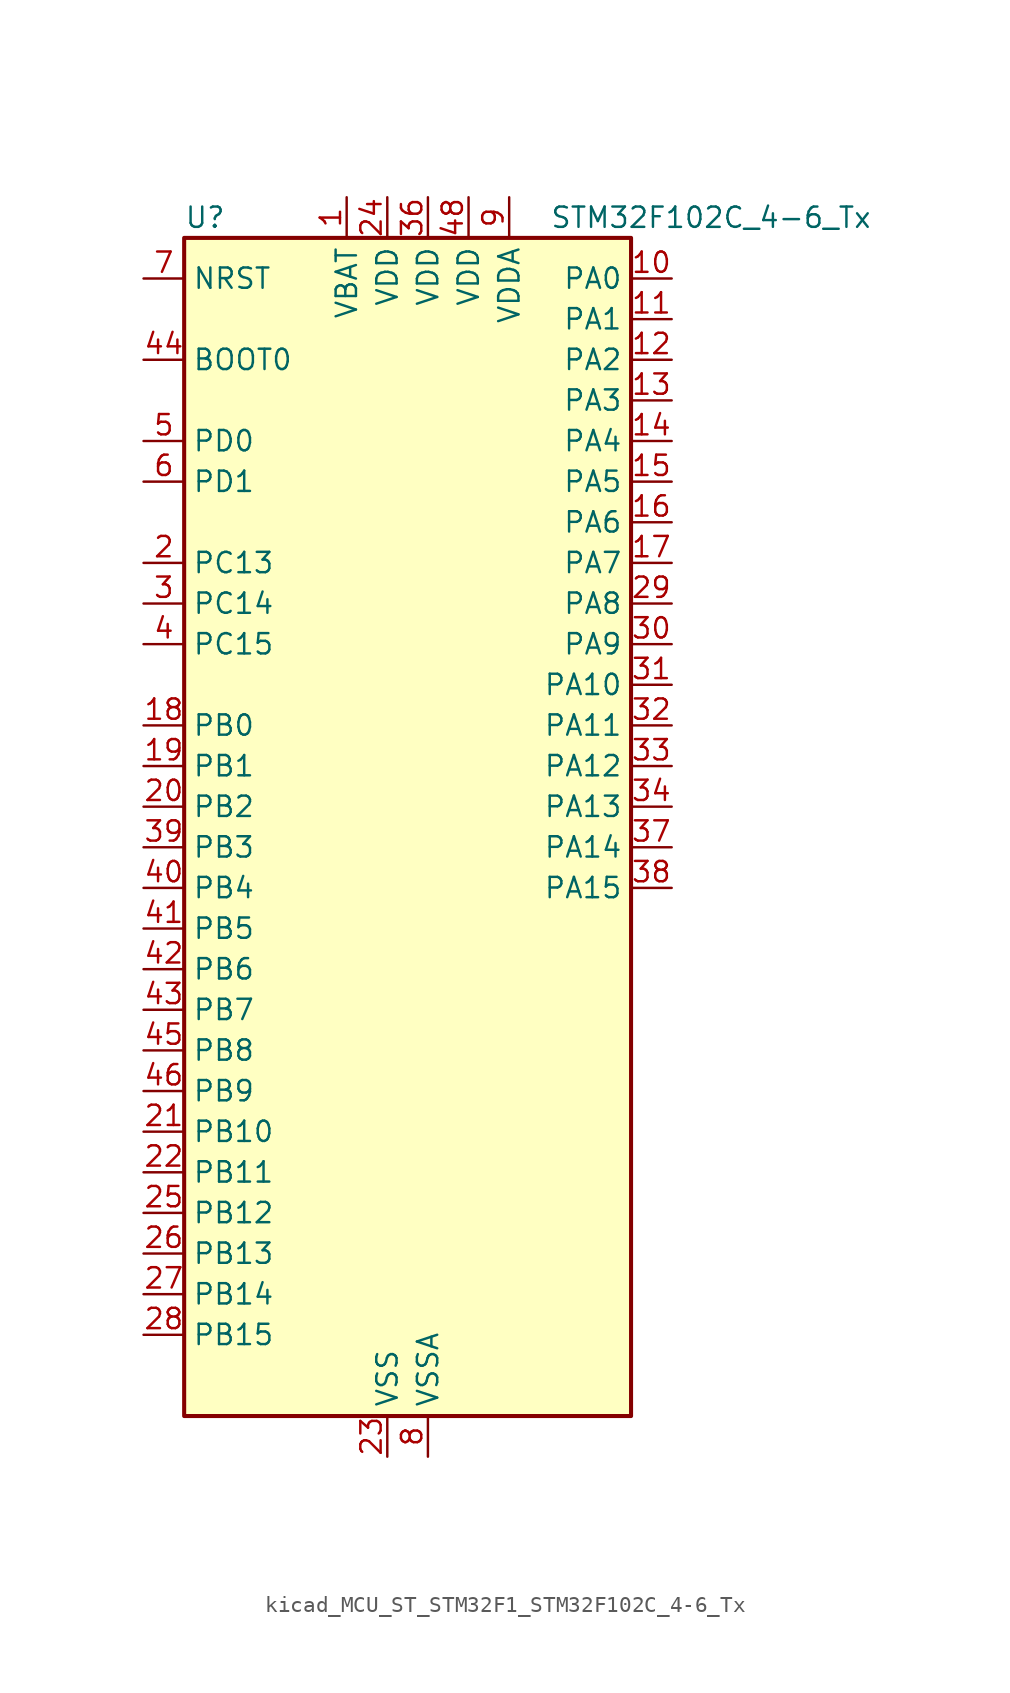
<source format=kicad_sym>
(kicad_symbol_lib
  (version 20220914)
  (generator kicad_symbol_editor)
  (symbol "kicad_MCU_ST_STM32F1_STM32F102C_4-6_Tx"
    (property "Reference" "U"
      (at -12.7 39.37 0)
      (effects (font (size 1.27 1.27)) (justify left)))
    (property "Value" "STM32F102C_4-6_Tx"
      (at 10.16 39.37 0)
      (effects (font (size 1.27 1.27)) (justify left)))
    (property "ki_locked" ""
      (at 0 0 0)
      (effects (font (size 1.27 1.27))))
    (symbol "kicad_MCU_ST_STM32F1_STM32F102C_4-6_Tx_0_1"
      (rectangle (start -12.7 -35.56) (end 15.24 38.1) (stroke (width 0.254) (type default)) (fill (type background))))
    (symbol "kicad_MCU_ST_STM32F1_STM32F102C_4-6_Tx_1_1"
      (pin power_in line (at -2.54 40.64 270) (length 2.54) (name "VBAT" (effects (font (size 1.27 1.27)))) (number "1" (effects (font (size 1.27 1.27)))))
      (pin bidirectional line (at 17.78 35.56 180) (length 2.54) (name "PA0" (effects (font (size 1.27 1.27)))) (number "10" (effects (font (size 1.27 1.27)))) (alternate "ADC1_IN0" bidirectional line) (alternate "SYS_WKUP" bidirectional line) (alternate "TIM2_CH1" bidirectional line) (alternate "TIM2_ETR" bidirectional line) (alternate "USART2_CTS" bidirectional line))
      (pin bidirectional line (at 17.78 33.02 180) (length 2.54) (name "PA1" (effects (font (size 1.27 1.27)))) (number "11" (effects (font (size 1.27 1.27)))) (alternate "ADC1_IN1" bidirectional line) (alternate "TIM2_CH2" bidirectional line) (alternate "USART2_RTS" bidirectional line))
      (pin bidirectional line (at 17.78 30.48 180) (length 2.54) (name "PA2" (effects (font (size 1.27 1.27)))) (number "12" (effects (font (size 1.27 1.27)))) (alternate "ADC1_IN2" bidirectional line) (alternate "TIM2_CH3" bidirectional line) (alternate "USART2_TX" bidirectional line))
      (pin bidirectional line (at 17.78 27.94 180) (length 2.54) (name "PA3" (effects (font (size 1.27 1.27)))) (number "13" (effects (font (size 1.27 1.27)))) (alternate "ADC1_IN3" bidirectional line) (alternate "TIM2_CH4" bidirectional line) (alternate "USART2_RX" bidirectional line))
      (pin bidirectional line (at 17.78 25.4 180) (length 2.54) (name "PA4" (effects (font (size 1.27 1.27)))) (number "14" (effects (font (size 1.27 1.27)))) (alternate "ADC1_IN4" bidirectional line) (alternate "SPI1_NSS" bidirectional line) (alternate "USART2_CK" bidirectional line))
      (pin bidirectional line (at 17.78 22.86 180) (length 2.54) (name "PA5" (effects (font (size 1.27 1.27)))) (number "15" (effects (font (size 1.27 1.27)))) (alternate "ADC1_IN5" bidirectional line) (alternate "SPI1_SCK" bidirectional line))
      (pin bidirectional line (at 17.78 20.32 180) (length 2.54) (name "PA6" (effects (font (size 1.27 1.27)))) (number "16" (effects (font (size 1.27 1.27)))) (alternate "ADC1_IN6" bidirectional line) (alternate "SPI1_MISO" bidirectional line) (alternate "TIM3_CH1" bidirectional line))
      (pin bidirectional line (at 17.78 17.78 180) (length 2.54) (name "PA7" (effects (font (size 1.27 1.27)))) (number "17" (effects (font (size 1.27 1.27)))) (alternate "ADC1_IN7" bidirectional line) (alternate "SPI1_MOSI" bidirectional line) (alternate "TIM3_CH2" bidirectional line))
      (pin bidirectional line (at -15.24 7.62 0) (length 2.54) (name "PB0" (effects (font (size 1.27 1.27)))) (number "18" (effects (font (size 1.27 1.27)))) (alternate "ADC1_IN8" bidirectional line) (alternate "TIM3_CH3" bidirectional line))
      (pin bidirectional line (at -15.24 5.08 0) (length 2.54) (name "PB1" (effects (font (size 1.27 1.27)))) (number "19" (effects (font (size 1.27 1.27)))) (alternate "ADC1_IN9" bidirectional line) (alternate "TIM3_CH4" bidirectional line))
      (pin bidirectional line (at -15.24 17.78 0) (length 2.54) (name "PC13" (effects (font (size 1.27 1.27)))) (number "2" (effects (font (size 1.27 1.27)))) (alternate "RTC_OUT" bidirectional line) (alternate "RTC_TAMPER" bidirectional line))
      (pin bidirectional line (at -15.24 2.54 0) (length 2.54) (name "PB2" (effects (font (size 1.27 1.27)))) (number "20" (effects (font (size 1.27 1.27)))))
      (pin bidirectional line (at -15.24 -17.78 0) (length 2.54) (name "PB10" (effects (font (size 1.27 1.27)))) (number "21" (effects (font (size 1.27 1.27)))) (alternate "TIM2_CH3" bidirectional line))
      (pin bidirectional line (at -15.24 -20.32 0) (length 2.54) (name "PB11" (effects (font (size 1.27 1.27)))) (number "22" (effects (font (size 1.27 1.27)))) (alternate "ADC1_EXTI11" bidirectional line) (alternate "TIM2_CH4" bidirectional line))
      (pin power_in line (at 0 -38.1 90) (length 2.54) (name "VSS" (effects (font (size 1.27 1.27)))) (number "23" (effects (font (size 1.27 1.27)))))
      (pin power_in line (at 0 40.64 270) (length 2.54) (name "VDD" (effects (font (size 1.27 1.27)))) (number "24" (effects (font (size 1.27 1.27)))))
      (pin bidirectional line (at -15.24 -22.86 0) (length 2.54) (name "PB12" (effects (font (size 1.27 1.27)))) (number "25" (effects (font (size 1.27 1.27)))))
      (pin bidirectional line (at -15.24 -25.4 0) (length 2.54) (name "PB13" (effects (font (size 1.27 1.27)))) (number "26" (effects (font (size 1.27 1.27)))))
      (pin bidirectional line (at -15.24 -27.94 0) (length 2.54) (name "PB14" (effects (font (size 1.27 1.27)))) (number "27" (effects (font (size 1.27 1.27)))))
      (pin bidirectional line (at -15.24 -30.48 0) (length 2.54) (name "PB15" (effects (font (size 1.27 1.27)))) (number "28" (effects (font (size 1.27 1.27)))) (alternate "ADC1_EXTI15" bidirectional line))
      (pin bidirectional line (at 17.78 15.24 180) (length 2.54) (name "PA8" (effects (font (size 1.27 1.27)))) (number "29" (effects (font (size 1.27 1.27)))) (alternate "RCC_MCO" bidirectional line) (alternate "USART1_CK" bidirectional line))
      (pin bidirectional line (at -15.24 15.24 0) (length 2.54) (name "PC14" (effects (font (size 1.27 1.27)))) (number "3" (effects (font (size 1.27 1.27)))) (alternate "RCC_OSC32_IN" bidirectional line))
      (pin bidirectional line (at 17.78 12.7 180) (length 2.54) (name "PA9" (effects (font (size 1.27 1.27)))) (number "30" (effects (font (size 1.27 1.27)))) (alternate "USART1_TX" bidirectional line))
      (pin bidirectional line (at 17.78 10.16 180) (length 2.54) (name "PA10" (effects (font (size 1.27 1.27)))) (number "31" (effects (font (size 1.27 1.27)))) (alternate "USART1_RX" bidirectional line))
      (pin bidirectional line (at 17.78 7.62 180) (length 2.54) (name "PA11" (effects (font (size 1.27 1.27)))) (number "32" (effects (font (size 1.27 1.27)))) (alternate "ADC1_EXTI11" bidirectional line) (alternate "USART1_CTS" bidirectional line) (alternate "USB_DM" bidirectional line))
      (pin bidirectional line (at 17.78 5.08 180) (length 2.54) (name "PA12" (effects (font (size 1.27 1.27)))) (number "33" (effects (font (size 1.27 1.27)))) (alternate "USART1_RTS" bidirectional line) (alternate "USB_DP" bidirectional line))
      (pin bidirectional line (at 17.78 2.54 180) (length 2.54) (name "PA13" (effects (font (size 1.27 1.27)))) (number "34" (effects (font (size 1.27 1.27)))) (alternate "SYS_JTMS-SWDIO" bidirectional line))
      (pin passive line (at 0 -38.1 90) (length 2.54) hide (name "VSS" (effects (font (size 1.27 1.27)))) (number "35" (effects (font (size 1.27 1.27)))))
      (pin power_in line (at 2.54 40.64 270) (length 2.54) (name "VDD" (effects (font (size 1.27 1.27)))) (number "36" (effects (font (size 1.27 1.27)))))
      (pin bidirectional line (at 17.78 0 180) (length 2.54) (name "PA14" (effects (font (size 1.27 1.27)))) (number "37" (effects (font (size 1.27 1.27)))) (alternate "SYS_JTCK-SWCLK" bidirectional line))
      (pin bidirectional line (at 17.78 -2.54 180) (length 2.54) (name "PA15" (effects (font (size 1.27 1.27)))) (number "38" (effects (font (size 1.27 1.27)))) (alternate "ADC1_EXTI15" bidirectional line) (alternate "SPI1_NSS" bidirectional line) (alternate "SYS_JTDI" bidirectional line) (alternate "TIM2_CH1" bidirectional line) (alternate "TIM2_ETR" bidirectional line))
      (pin bidirectional line (at -15.24 0 0) (length 2.54) (name "PB3" (effects (font (size 1.27 1.27)))) (number "39" (effects (font (size 1.27 1.27)))) (alternate "SPI1_SCK" bidirectional line) (alternate "SYS_JTDO-TRACESWO" bidirectional line) (alternate "TIM2_CH2" bidirectional line))
      (pin bidirectional line (at -15.24 12.7 0) (length 2.54) (name "PC15" (effects (font (size 1.27 1.27)))) (number "4" (effects (font (size 1.27 1.27)))) (alternate "ADC1_EXTI15" bidirectional line) (alternate "RCC_OSC32_OUT" bidirectional line))
      (pin bidirectional line (at -15.24 -2.54 0) (length 2.54) (name "PB4" (effects (font (size 1.27 1.27)))) (number "40" (effects (font (size 1.27 1.27)))) (alternate "SPI1_MISO" bidirectional line) (alternate "SYS_NJTRST" bidirectional line) (alternate "TIM3_CH1" bidirectional line))
      (pin bidirectional line (at -15.24 -5.08 0) (length 2.54) (name "PB5" (effects (font (size 1.27 1.27)))) (number "41" (effects (font (size 1.27 1.27)))) (alternate "I2C1_SMBA" bidirectional line) (alternate "SPI1_MOSI" bidirectional line) (alternate "TIM3_CH2" bidirectional line))
      (pin bidirectional line (at -15.24 -7.62 0) (length 2.54) (name "PB6" (effects (font (size 1.27 1.27)))) (number "42" (effects (font (size 1.27 1.27)))) (alternate "I2C1_SCL" bidirectional line) (alternate "USART1_TX" bidirectional line))
      (pin bidirectional line (at -15.24 -10.16 0) (length 2.54) (name "PB7" (effects (font (size 1.27 1.27)))) (number "43" (effects (font (size 1.27 1.27)))) (alternate "I2C1_SDA" bidirectional line) (alternate "USART1_RX" bidirectional line))
      (pin input line (at -15.24 30.48 0) (length 2.54) (name "BOOT0" (effects (font (size 1.27 1.27)))) (number "44" (effects (font (size 1.27 1.27)))))
      (pin bidirectional line (at -15.24 -12.7 0) (length 2.54) (name "PB8" (effects (font (size 1.27 1.27)))) (number "45" (effects (font (size 1.27 1.27)))) (alternate "I2C1_SCL" bidirectional line))
      (pin bidirectional line (at -15.24 -15.24 0) (length 2.54) (name "PB9" (effects (font (size 1.27 1.27)))) (number "46" (effects (font (size 1.27 1.27)))) (alternate "I2C1_SDA" bidirectional line))
      (pin passive line (at 0 -38.1 90) (length 2.54) hide (name "VSS" (effects (font (size 1.27 1.27)))) (number "47" (effects (font (size 1.27 1.27)))))
      (pin power_in line (at 5.08 40.64 270) (length 2.54) (name "VDD" (effects (font (size 1.27 1.27)))) (number "48" (effects (font (size 1.27 1.27)))))
      (pin bidirectional line (at -15.24 25.4 0) (length 2.54) (name "PD0" (effects (font (size 1.27 1.27)))) (number "5" (effects (font (size 1.27 1.27)))) (alternate "RCC_OSC_IN" bidirectional line))
      (pin bidirectional line (at -15.24 22.86 0) (length 2.54) (name "PD1" (effects (font (size 1.27 1.27)))) (number "6" (effects (font (size 1.27 1.27)))) (alternate "RCC_OSC_OUT" bidirectional line))
      (pin input line (at -15.24 35.56 0) (length 2.54) (name "NRST" (effects (font (size 1.27 1.27)))) (number "7" (effects (font (size 1.27 1.27)))))
      (pin power_in line (at 2.54 -38.1 90) (length 2.54) (name "VSSA" (effects (font (size 1.27 1.27)))) (number "8" (effects (font (size 1.27 1.27)))))
      (pin power_in line (at 7.62 40.64 270) (length 2.54) (name "VDDA" (effects (font (size 1.27 1.27)))) (number "9" (effects (font (size 1.27 1.27))))))))
</source>
